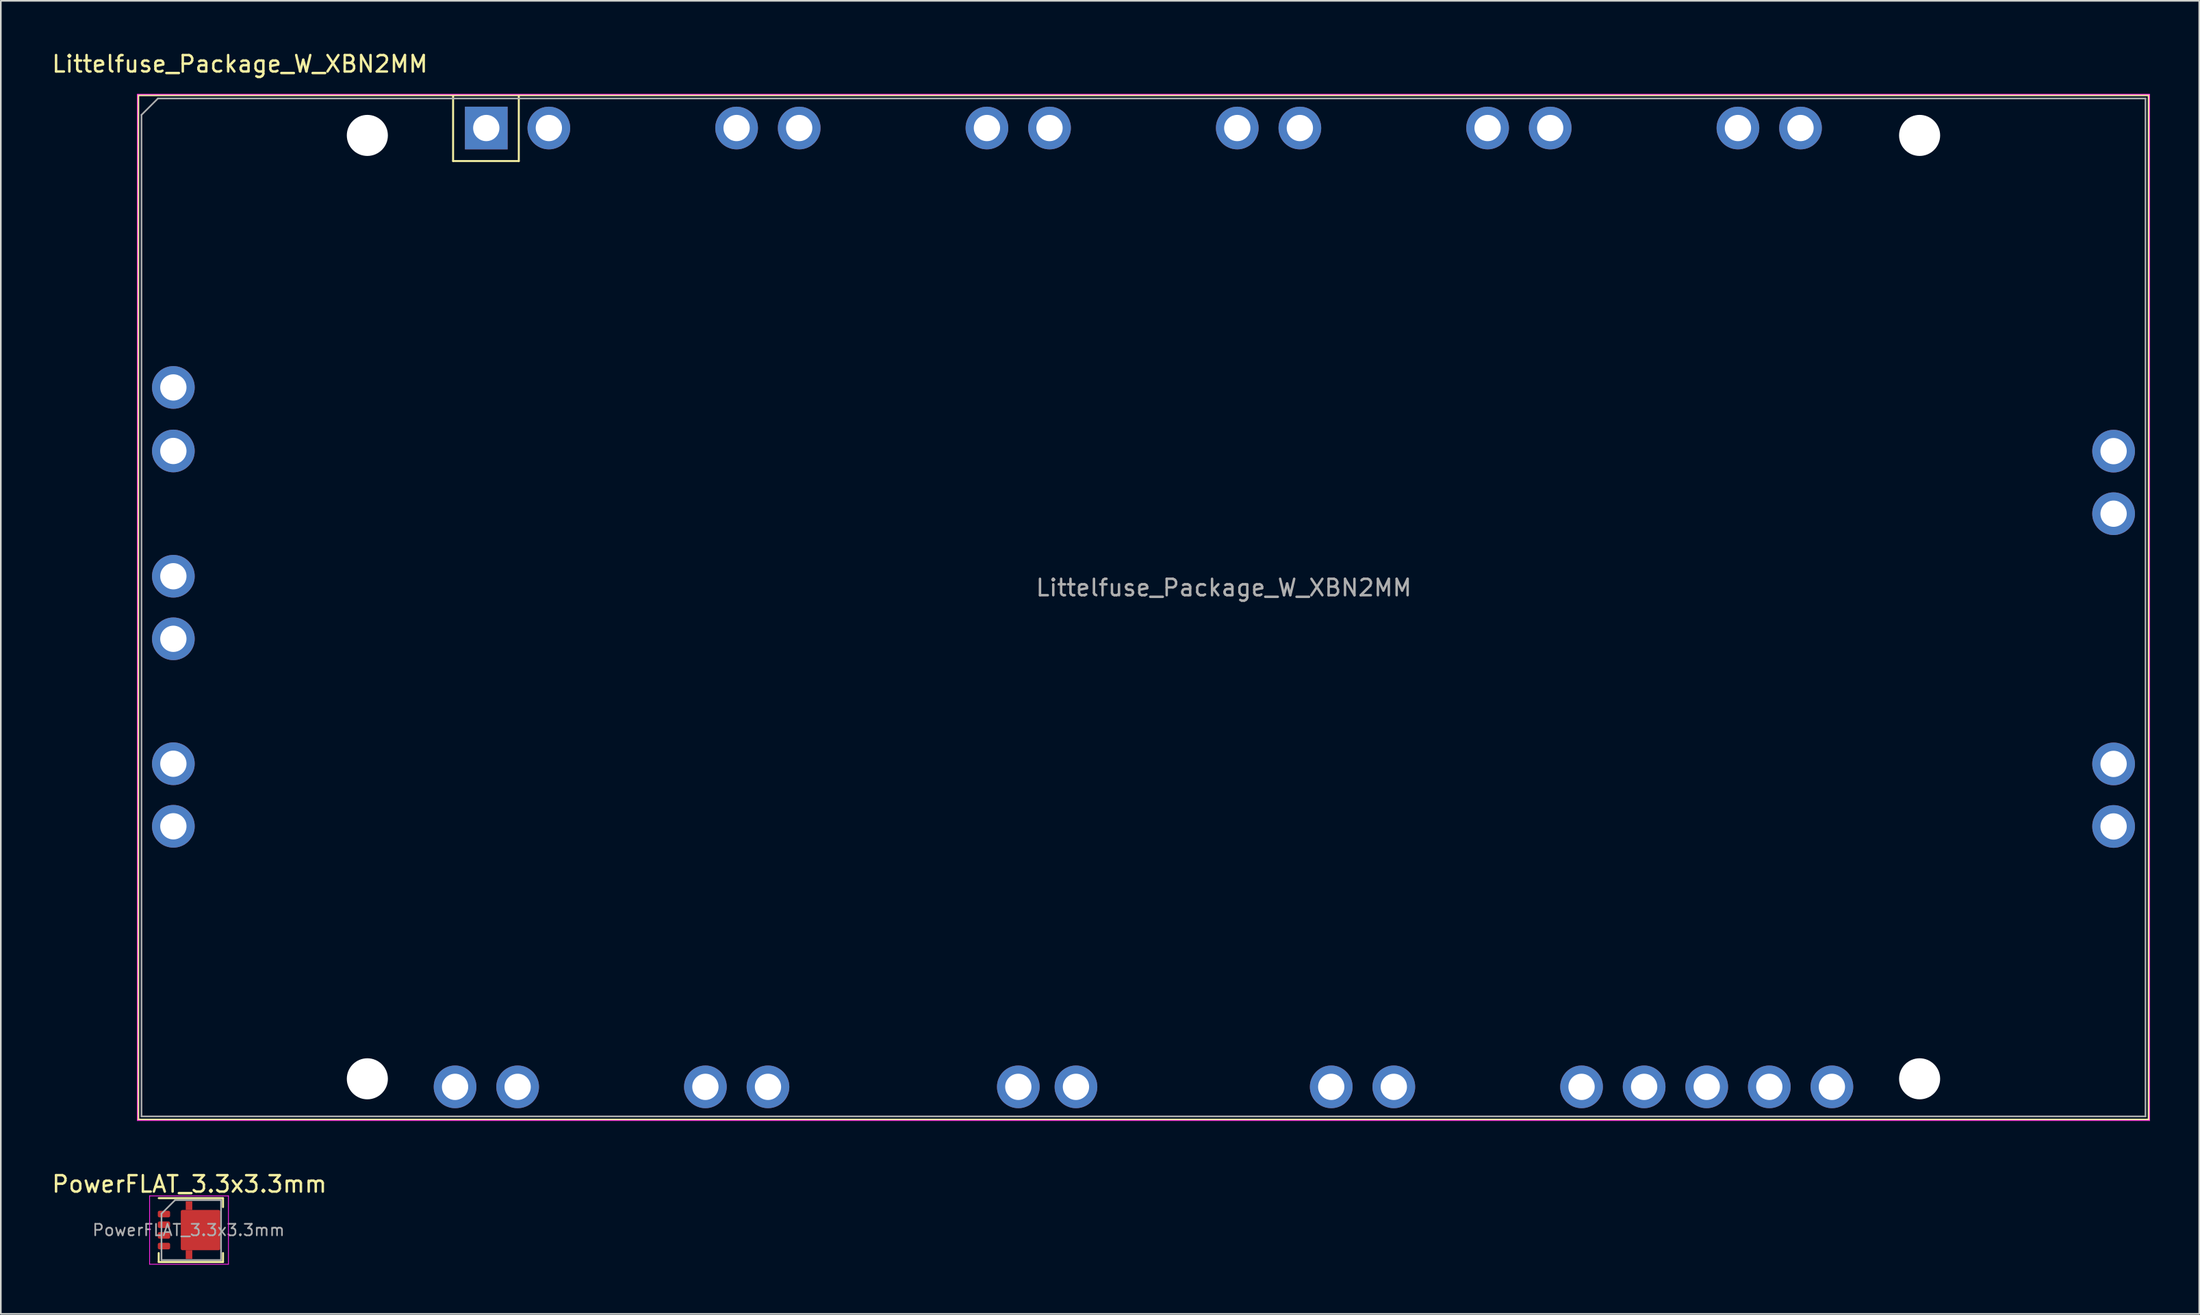
<source format=kicad_pcb>
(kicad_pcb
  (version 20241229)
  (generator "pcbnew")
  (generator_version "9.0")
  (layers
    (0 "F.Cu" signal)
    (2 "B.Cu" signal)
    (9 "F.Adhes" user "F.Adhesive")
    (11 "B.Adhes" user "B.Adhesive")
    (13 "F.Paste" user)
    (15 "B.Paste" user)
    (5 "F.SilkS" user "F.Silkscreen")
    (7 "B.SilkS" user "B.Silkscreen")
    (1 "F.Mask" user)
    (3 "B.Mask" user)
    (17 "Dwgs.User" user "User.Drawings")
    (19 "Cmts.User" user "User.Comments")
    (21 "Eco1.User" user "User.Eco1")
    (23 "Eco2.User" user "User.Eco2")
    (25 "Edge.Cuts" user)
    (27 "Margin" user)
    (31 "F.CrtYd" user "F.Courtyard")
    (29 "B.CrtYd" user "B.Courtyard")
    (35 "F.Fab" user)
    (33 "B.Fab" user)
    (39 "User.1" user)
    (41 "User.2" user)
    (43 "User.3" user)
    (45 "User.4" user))
  (footprint "Littelfuse_Package_W_XBN2MM"
    (layer "F.Cu")
    (at 26.554 4.748)
    (property "Reference" "Littelfuse_Package_W_XBN2MM" (at -15 -3.9 180) (layer "F.SilkS") (effects (font (size 1 1) (thickness 0.15))))
    (attr through_hole)
    (fp_line (start -21.19 -2) (end 101.21 -2) (stroke (width 0.12) (type solid)) (layer "F.SilkS"))
    (fp_line (start -21.19 60.4) (end -21.19 -2) (stroke (width 0.12) (type solid)) (layer "F.SilkS"))
    (fp_line (start -2.02 -1.99) (end -2.02 2.01) (stroke (width 0.12) (type solid)) (layer "F.SilkS"))
    (fp_line (start -2.02 2.01) (end 1.98 2.01) (stroke (width 0.12) (type solid)) (layer "F.SilkS"))
    (fp_line (start 1.98 2.01) (end 1.98 -1.99) (stroke (width 0.12) (type solid)) (layer "F.SilkS"))
    (fp_line (start 101.21 -2) (end 101.21 60.4) (stroke (width 0.12) (type solid)) (layer "F.SilkS"))
    (fp_line (start 101.21 60.4) (end -21.19 60.4) (stroke (width 0.12) (type solid)) (layer "F.SilkS"))
    (fp_line (start -21.24 -2.05) (end -21.24 60.45) (stroke (width 0.05) (type solid)) (layer "F.CrtYd"))
    (fp_line (start -21.24 60.45) (end 101.26 60.45) (stroke (width 0.05) (type solid)) (layer "F.CrtYd"))
    (fp_line (start 101.26 -2.05) (end -21.24 -2.05) (stroke (width 0.05) (type solid)) (layer "F.CrtYd"))
    (fp_line (start 101.26 60.45) (end 101.26 -2.05) (stroke (width 0.05) (type solid)) (layer "F.CrtYd"))
    (fp_line (start -20.99 60.2) (end -20.99 -0.8) (stroke (width 0.1) (type solid)) (layer "F.Fab"))
    (fp_line (start -19.99 -1.8) (end -20.99 -0.8) (stroke (width 0.1) (type solid)) (layer "F.Fab"))
    (fp_line (start -19.99 -1.8) (end 101.01 -1.8) (stroke (width 0.1) (type solid)) (layer "F.Fab"))
    (fp_line (start 101.01 -1.8) (end 101.01 60.2) (stroke (width 0.1) (type solid)) (layer "F.Fab"))
    (fp_line (start 101.01 60.2) (end -20.99 60.2) (stroke (width 0.1) (type solid)) (layer "F.Fab"))
    (fp_text user "${REFERENCE}" (at 44.9 28 180) (layer "F.Fab") (effects (font (size 1 1) (thickness 0.15))))
    (pad "" np_thru_hole circle (at -7.24 0.45) (size 2.5 2.5) (drill 2.5) (layers "*.Cu" "*.Mask"))
    (pad "" np_thru_hole circle (at -7.24 57.91) (size 2.5 2.5) (drill 2.5) (layers "*.Cu" "*.Mask"))
    (pad "" np_thru_hole circle (at 87.26 0.45) (size 2.5 2.5) (drill 2.5) (layers "*.Cu" "*.Mask"))
    (pad "" np_thru_hole circle (at 87.26 57.91) (size 2.5 2.5) (drill 2.5) (layers "*.Cu" "*.Mask"))
    (pad "1" thru_hole rect (at 0 0) (size 2.6 2.6) (drill 1.6) (layers "*.Cu" "*.Mask"))
    (pad "1" thru_hole circle (at 3.81 0) (size 2.6 2.6) (drill 1.6) (layers "*.Cu" "*.Mask"))
    (pad "2" thru_hole circle (at 15.24 0) (size 2.6 2.6) (drill 1.6) (layers "*.Cu" "*.Mask"))
    (pad "2" thru_hole circle (at 19.05 0) (size 2.6 2.6) (drill 1.6) (layers "*.Cu" "*.Mask"))
    (pad "3" thru_hole circle (at 30.48 0) (size 2.6 2.6) (drill 1.6) (layers "*.Cu" "*.Mask"))
    (pad "3" thru_hole circle (at 34.29 0) (size 2.6 2.6) (drill 1.6) (layers "*.Cu" "*.Mask"))
    (pad "4" thru_hole circle (at 45.72 0) (size 2.6 2.6) (drill 1.6) (layers "*.Cu" "*.Mask"))
    (pad "4" thru_hole circle (at 49.53 0) (size 2.6 2.6) (drill 1.6) (layers "*.Cu" "*.Mask"))
    (pad "5" thru_hole circle (at 60.96 0) (size 2.6 2.6) (drill 1.6) (layers "*.Cu" "*.Mask"))
    (pad "5" thru_hole circle (at 64.77 0) (size 2.6 2.6) (drill 1.6) (layers "*.Cu" "*.Mask"))
    (pad "6" thru_hole circle (at 76.2 0) (size 2.6 2.6) (drill 1.6) (layers "*.Cu" "*.Mask"))
    (pad "6" thru_hole circle (at 80.01 0) (size 2.6 2.6) (drill 1.6) (layers "*.Cu" "*.Mask"))
    (pad "7" thru_hole circle (at 99.07 19.68) (size 2.6 2.6) (drill 1.6) (layers "*.Cu" "*.Mask"))
    (pad "7" thru_hole circle (at 99.07 23.49) (size 2.6 2.6) (drill 1.6) (layers "*.Cu" "*.Mask"))
    (pad "8" thru_hole circle (at 99.07 38.73) (size 2.6 2.6) (drill 1.6) (layers "*.Cu" "*.Mask"))
    (pad "9" thru_hole circle (at 99.07 42.54) (size 2.6 2.6) (drill 1.6) (layers "*.Cu" "*.Mask"))
    (pad "10" thru_hole circle (at 81.92 58.4) (size 2.6 2.6) (drill 1.6) (layers "*.Cu" "*.Mask"))
    (pad "11" thru_hole circle (at 78.11 58.4) (size 2.6 2.6) (drill 1.6) (layers "*.Cu" "*.Mask"))
    (pad "12" thru_hole circle (at 74.3 58.4) (size 2.6 2.6) (drill 1.6) (layers "*.Cu" "*.Mask"))
    (pad "13" thru_hole circle (at 70.49 58.4) (size 2.6 2.6) (drill 1.6) (layers "*.Cu" "*.Mask"))
    (pad "14" thru_hole circle (at 66.68 58.4) (size 2.6 2.6) (drill 1.6) (layers "*.Cu" "*.Mask"))
    (pad "15" thru_hole circle (at 55.25 58.4) (size 2.6 2.6) (drill 1.6) (layers "*.Cu" "*.Mask"))
    (pad "16" thru_hole circle (at 51.44 58.4) (size 2.6 2.6) (drill 1.6) (layers "*.Cu" "*.Mask"))
    (pad "17" thru_hole circle (at 35.9 58.4) (size 2.6 2.6) (drill 1.6) (layers "*.Cu" "*.Mask"))
    (pad "18" thru_hole circle (at 32.39 58.4) (size 2.6 2.6) (drill 1.6) (layers "*.Cu" "*.Mask"))
    (pad "19" thru_hole circle (at 17.15 58.4) (size 2.6 2.6) (drill 1.6) (layers "*.Cu" "*.Mask"))
    (pad "20" thru_hole circle (at 13.34 58.4) (size 2.6 2.6) (drill 1.6) (layers "*.Cu" "*.Mask"))
    (pad "21" thru_hole circle (at -1.9 58.4) (size 2.6 2.6) (drill 1.6) (layers "*.Cu" "*.Mask"))
    (pad "21" thru_hole circle (at 1.91 58.4) (size 2.6 2.6) (drill 1.6) (layers "*.Cu" "*.Mask"))
    (pad "22" thru_hole circle (at -19.05 38.72) (size 2.6 2.6) (drill 1.6) (layers "*.Cu" "*.Mask"))
    (pad "22" thru_hole circle (at -19.05 42.53) (size 2.6 2.6) (drill 1.6) (layers "*.Cu" "*.Mask"))
    (pad "23" thru_hole circle (at -19.05 27.3) (size 2.6 2.6) (drill 1.6) (layers "*.Cu" "*.Mask"))
    (pad "23" thru_hole circle (at -19.05 31.11) (size 2.6 2.6) (drill 1.6) (layers "*.Cu" "*.Mask"))
    (pad "24" thru_hole circle (at -19.05 15.8) (size 2.6 2.6) (drill 1.6) (layers "*.Cu" "*.Mask"))
    (pad "24" thru_hole circle (at -19.05 19.67) (size 2.6 2.6) (drill 1.6) (layers "*.Cu" "*.Mask"))
    (zone (net_name "") (layers "F.Cu" "B.Cu") (name "MH") (hatch full 0.508) (connect_pads) (min_thickness 0.254) (filled_areas_thickness no) (keepout (tracks not_allowed) (vias not_allowed) (pads not_allowed) (copperpour not_allowed) (footprints not_allowed)) (placement (enabled no)) (fill) (polygon (pts (xy 17.069 8.948) (xy 17.049 8.488) (xy 16.991 8.03) (xy 16.896 7.579) (xy 16.762 7.138) (xy 16.593 6.709) (xy 16.388 6.296) (xy 16.149 5.902) (xy 15.878 5.529) (xy 15.577 5.18) (xy 15.247 4.857) (xy 14.892 4.563) (xy 14.513 4.3) (xy 14.114 4.07) (xy 13.697 3.873) (xy 13.265 3.713) (xy 12.821 3.589) (xy 12.368 3.502) (xy 11.909 3.454) (xy 11.448 3.444) (xy 10.988 3.473) (xy 10.532 3.541) (xy 10.083 3.646) (xy 9.645 3.789) (xy 9.22 3.967) (xy 8.811 4.181) (xy 8.422 4.428) (xy 8.055 4.707) (xy 7.712 5.015) (xy 7.396 5.351) (xy 7.11 5.713) (xy 6.855 6.097) (xy 6.633 6.501) (xy 6.445 6.922) (xy 6.294 7.357) (xy 6.179 7.804) (xy 6.102 8.258) (xy 6.063 8.718) (xy 6.063 9.179) (xy 6.102 9.638) (xy 6.179 10.093) (xy 6.294 10.539) (xy 6.445 10.975) (xy 6.633 11.396) (xy 6.855 11.8) (xy 7.11 12.184) (xy 7.396 12.545) (xy 7.712 12.881) (xy 8.055 13.19) (xy 8.422 13.469) (xy 8.811 13.716) (xy 9.22 13.929) (xy 9.645 14.108) (xy 10.083 14.25) (xy 10.532 14.356) (xy 10.988 14.423) (xy 11.448 14.452) (xy 11.909 14.442) (xy 12.368 14.394) (xy 12.821 14.308) (xy 13.265 14.184) (xy 13.697 14.023) (xy 14.114 13.827) (xy 14.513 13.596) (xy 14.892 13.333) (xy 15.247 13.039) (xy 15.577 12.717) (xy 15.878 12.368) (xy 16.149 11.995) (xy 16.388 11.6) (xy 16.593 11.187) (xy 16.762 10.759) (xy 16.896 10.317) (xy 16.991 9.866) (xy 17.049 9.409))))
    (zone (net_name "") (layers "F.Cu" "B.Cu") (name "MH") (hatch full 0.508) (connect_pads) (min_thickness 0.254) (filled_areas_thickness no) (keepout (tracks not_allowed) (vias not_allowed) (pads not_allowed) (copperpour not_allowed) (footprints not_allowed)) (placement (enabled no)) (fill) (polygon (pts (xy 17.069 58.948) (xy 17.049 58.488) (xy 16.991 58.03) (xy 16.896 57.579) (xy 16.762 57.138) (xy 16.593 56.709) (xy 16.388 56.296) (xy 16.149 55.902) (xy 15.878 55.529) (xy 15.577 55.18) (xy 15.247 54.857) (xy 14.892 54.563) (xy 14.513 54.3) (xy 14.114 54.07) (xy 13.697 53.873) (xy 13.265 53.713) (xy 12.821 53.589) (xy 12.368 53.502) (xy 11.909 53.454) (xy 11.448 53.444) (xy 10.988 53.473) (xy 10.532 53.541) (xy 10.083 53.646) (xy 9.645 53.789) (xy 9.22 53.967) (xy 8.811 54.181) (xy 8.422 54.428) (xy 8.055 54.707) (xy 7.712 55.015) (xy 7.396 55.351) (xy 7.11 55.713) (xy 6.855 56.097) (xy 6.633 56.501) (xy 6.445 56.922) (xy 6.294 57.357) (xy 6.179 57.804) (xy 6.102 58.258) (xy 6.063 58.718) (xy 6.063 59.179) (xy 6.102 59.638) (xy 6.179 60.093) (xy 6.294 60.539) (xy 6.445 60.975) (xy 6.633 61.396) (xy 6.855 61.8) (xy 7.11 62.184) (xy 7.396 62.545) (xy 7.712 62.881) (xy 8.055 63.19) (xy 8.422 63.469) (xy 8.811 63.716) (xy 9.22 63.929) (xy 9.645 64.108) (xy 10.083 64.25) (xy 10.532 64.356) (xy 10.988 64.423) (xy 11.448 64.452) (xy 11.909 64.442) (xy 12.368 64.394) (xy 12.821 64.308) (xy 13.265 64.184) (xy 13.697 64.023) (xy 14.114 63.827) (xy 14.513 63.596) (xy 14.892 63.333) (xy 15.247 63.039) (xy 15.577 62.717) (xy 15.878 62.368) (xy 16.149 61.995) (xy 16.388 61.6) (xy 16.593 61.187) (xy 16.762 60.759) (xy 16.896 60.317) (xy 16.991 59.866) (xy 17.049 59.409))))
    (zone (net_name "") (layers "F.Cu" "B.Cu") (name "MH") (hatch full 0.508) (connect_pads) (min_thickness 0.254) (filled_areas_thickness no) (keepout (tracks not_allowed) (vias not_allowed) (pads not_allowed) (copperpour not_allowed) (footprints not_allowed)) (placement (enabled no)) (fill) (polygon (pts (xy 127.069 8.948) (xy 127.049 8.488) (xy 126.991 8.03) (xy 126.896 7.579) (xy 126.762 7.138) (xy 126.593 6.709) (xy 126.388 6.296) (xy 126.149 5.902) (xy 125.878 5.529) (xy 125.577 5.18) (xy 125.247 4.857) (xy 124.892 4.563) (xy 124.513 4.3) (xy 124.114 4.07) (xy 123.697 3.873) (xy 123.265 3.713) (xy 122.821 3.589) (xy 122.368 3.502) (xy 121.909 3.454) (xy 121.448 3.444) (xy 120.988 3.473) (xy 120.532 3.541) (xy 120.083 3.646) (xy 119.645 3.789) (xy 119.22 3.967) (xy 118.811 4.181) (xy 118.422 4.428) (xy 118.055 4.707) (xy 117.712 5.015) (xy 117.396 5.351) (xy 117.11 5.713) (xy 116.855 6.097) (xy 116.633 6.501) (xy 116.445 6.922) (xy 116.294 7.357) (xy 116.179 7.804) (xy 116.102 8.258) (xy 116.063 8.718) (xy 116.063 9.179) (xy 116.102 9.638) (xy 116.179 10.093) (xy 116.294 10.539) (xy 116.445 10.975) (xy 116.633 11.396) (xy 116.855 11.8) (xy 117.11 12.184) (xy 117.396 12.545) (xy 117.712 12.881) (xy 118.055 13.19) (xy 118.422 13.469) (xy 118.811 13.716) (xy 119.22 13.929) (xy 119.645 14.108) (xy 120.083 14.25) (xy 120.532 14.356) (xy 120.988 14.423) (xy 121.448 14.452) (xy 121.909 14.442) (xy 122.368 14.394) (xy 122.821 14.308) (xy 123.265 14.184) (xy 123.697 14.023) (xy 124.114 13.827) (xy 124.513 13.596) (xy 124.892 13.333) (xy 125.247 13.039) (xy 125.577 12.717) (xy 125.878 12.368) (xy 126.149 11.995) (xy 126.388 11.6) (xy 126.593 11.187) (xy 126.762 10.759) (xy 126.896 10.317) (xy 126.991 9.866) (xy 127.049 9.409))))
    (zone (net_name "") (layers "F.Cu" "B.Cu") (name "MH") (hatch full 0.508) (connect_pads) (min_thickness 0.254) (filled_areas_thickness no) (keepout (tracks not_allowed) (vias not_allowed) (pads not_allowed) (copperpour not_allowed) (footprints not_allowed)) (placement (enabled no)) (fill) (polygon (pts (xy 127.069 58.948) (xy 127.049 58.488) (xy 126.991 58.03) (xy 126.896 57.579) (xy 126.762 57.138) (xy 126.593 56.709) (xy 126.388 56.296) (xy 126.149 55.902) (xy 125.878 55.529) (xy 125.577 55.18) (xy 125.247 54.857) (xy 124.892 54.563) (xy 124.513 54.3) (xy 124.114 54.07) (xy 123.697 53.873) (xy 123.265 53.713) (xy 122.821 53.589) (xy 122.368 53.502) (xy 121.909 53.454) (xy 121.448 53.444) (xy 120.988 53.473) (xy 120.532 53.541) (xy 120.083 53.646) (xy 119.645 53.789) (xy 119.22 53.967) (xy 118.811 54.181) (xy 118.422 54.428) (xy 118.055 54.707) (xy 117.712 55.015) (xy 117.396 55.351) (xy 117.11 55.713) (xy 116.855 56.097) (xy 116.633 56.501) (xy 116.445 56.922) (xy 116.294 57.357) (xy 116.179 57.804) (xy 116.102 58.258) (xy 116.063 58.718) (xy 116.063 59.179) (xy 116.102 59.638) (xy 116.179 60.093) (xy 116.294 60.539) (xy 116.445 60.975) (xy 116.633 61.396) (xy 116.855 61.8) (xy 117.11 62.184) (xy 117.396 62.545) (xy 117.712 62.881) (xy 118.055 63.19) (xy 118.422 63.469) (xy 118.811 63.716) (xy 119.22 63.929) (xy 119.645 64.108) (xy 120.083 64.25) (xy 120.532 64.356) (xy 120.988 64.423) (xy 121.448 64.452) (xy 121.909 64.442) (xy 122.368 64.394) (xy 122.821 64.308) (xy 123.265 64.184) (xy 123.697 64.023) (xy 124.114 63.827) (xy 124.513 63.596) (xy 124.892 63.333) (xy 125.247 63.039) (xy 125.577 62.717) (xy 125.878 62.368) (xy 126.149 61.995) (xy 126.388 61.6) (xy 126.593 61.187) (xy 126.762 60.759) (xy 126.896 60.317) (xy 126.991 59.866) (xy 127.049 59.409)))))
  (footprint "PowerFLAT_3.3x3.3mm"
    (layer "F.Cu")
    (at 8.457 71.871)
    (property "Reference" "PowerFLAT_3.3x3.3mm" (at 0.025 -2.8 0) (layer "F.SilkS") (effects (font (size 1 1) (thickness 0.15))))
    (attr smd)
    (fp_rect (start -0.2 -1.225) (end 0.2 -1.755) (stroke (width 0) (type solid)) (fill yes) (layer "F.Cu"))
    (fp_rect (start -0.2 1.225) (end 0.2 1.755) (stroke (width 0) (type solid)) (fill yes) (layer "F.Cu"))
    (fp_line (start -1.845 1.945) (end -1.845 1.4) (stroke (width 0.12) (type solid)) (layer "F.SilkS"))
    (fp_line (start -1.845 1.945) (end 2.07 1.945) (stroke (width 0.12) (type solid)) (layer "F.SilkS"))
    (fp_line (start 2.07 -1.945) (end -1.845 -1.945) (stroke (width 0.12) (type solid)) (layer "F.SilkS"))
    (fp_line (start 2.07 -1.945) (end 2.07 -1.4) (stroke (width 0.12) (type solid)) (layer "F.SilkS"))
    (fp_line (start 2.07 1.945) (end 2.07 1.4) (stroke (width 0.12) (type solid)) (layer "F.SilkS"))
    (fp_rect (start -0.2 -1.225) (end 0.2 -1.755) (stroke (width 0) (type solid)) (fill yes) (layer "F.Paste"))
    (fp_rect (start -0.2 1.225) (end 0.2 1.755) (stroke (width 0) (type solid)) (fill yes) (layer "F.Paste"))
    (fp_line (start -2.4 -2.08) (end -2.4 2.08) (stroke (width 0.05) (type solid)) (layer "F.CrtYd"))
    (fp_line (start -2.4 2.08) (end 2.4 2.08) (stroke (width 0.05) (type solid)) (layer "F.CrtYd"))
    (fp_line (start 2.4 -2.08) (end -2.4 -2.08) (stroke (width 0.05) (type solid)) (layer "F.CrtYd"))
    (fp_line (start 2.4 2.08) (end 2.4 -2.08) (stroke (width 0.05) (type solid)) (layer "F.CrtYd"))
    (fp_line (start -1.675 -1) (end -1.675 1.825) (stroke (width 0.1) (type solid)) (layer "F.Fab"))
    (fp_line (start -1.675 1.825) (end 1.95 1.825) (stroke (width 0.1) (type solid)) (layer "F.Fab"))
    (fp_line (start -0.85 -1.825) (end -1.675 -1) (stroke (width 0.1) (type solid)) (layer "F.Fab"))
    (fp_line (start 1.95 -1.825) (end -0.85 -1.825) (stroke (width 0.1) (type solid)) (layer "F.Fab"))
    (fp_line (start 1.95 1.825) (end 1.95 -1.825) (stroke (width 0.1) (type solid)) (layer "F.Fab"))
    (fp_text user "${REFERENCE}" (at -0.025 0 0) (layer "F.Fab") (effects (font (size 0.7 0.7) (thickness 0.1))))
    (pad "1" smd roundrect (at -1.525 -0.975) (size 0.75 0.4) (layers "F.Cu" "F.Mask" "F.Paste") (roundrect_rratio 0.25))
    (pad "2" smd roundrect (at -1.525 -0.325) (size 0.75 0.4) (layers "F.Cu" "F.Mask" "F.Paste") (roundrect_rratio 0.25))
    (pad "3" smd roundrect (at -1.525 0.325) (size 0.75 0.4) (layers "F.Cu" "F.Mask" "F.Paste") (roundrect_rratio 0.25))
    (pad "4" smd roundrect (at -1.525 0.975) (size 0.75 0.4) (layers "F.Cu" "F.Mask" "F.Paste") (roundrect_rratio 0.25))
    (pad "5" smd roundrect (at 0.7 0) (size 2.4 2.45) (layers "F.Cu" "F.Mask" "F.Paste") (roundrect_rratio 0.042)))
  (gr_rect
    (start -3 -3)
    (end 130.839 76.977)
    (stroke (width 0.1) (type default))
    (fill no)
    (layer "Edge.Cuts")))
</source>
